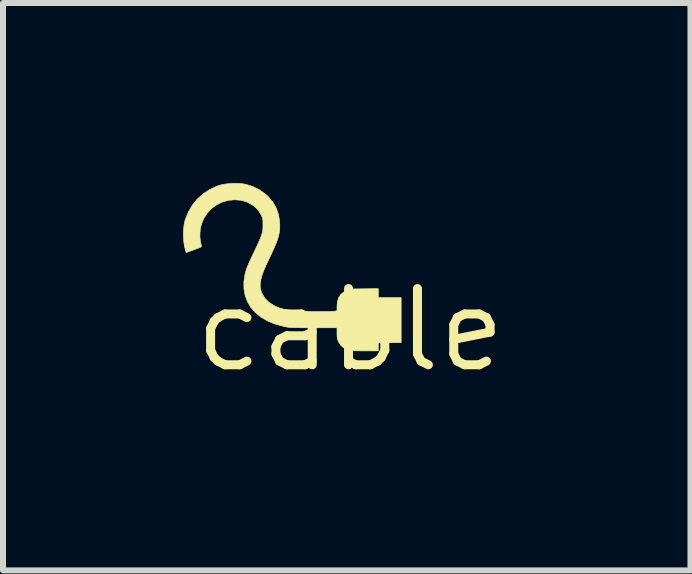
<source format=kicad_pcb>
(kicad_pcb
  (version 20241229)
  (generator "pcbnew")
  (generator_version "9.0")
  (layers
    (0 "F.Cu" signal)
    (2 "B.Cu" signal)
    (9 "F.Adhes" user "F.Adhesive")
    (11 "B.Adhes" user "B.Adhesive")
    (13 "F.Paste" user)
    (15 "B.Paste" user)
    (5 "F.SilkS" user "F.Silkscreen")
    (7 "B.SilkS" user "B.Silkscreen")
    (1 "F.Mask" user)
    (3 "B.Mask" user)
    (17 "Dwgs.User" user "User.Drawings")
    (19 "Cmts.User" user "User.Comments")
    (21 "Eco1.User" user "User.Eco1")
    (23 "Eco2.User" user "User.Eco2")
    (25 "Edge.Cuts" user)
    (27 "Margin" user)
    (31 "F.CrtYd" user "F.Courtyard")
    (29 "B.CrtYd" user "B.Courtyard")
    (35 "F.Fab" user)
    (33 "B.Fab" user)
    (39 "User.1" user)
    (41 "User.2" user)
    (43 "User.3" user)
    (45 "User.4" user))
  (footprint "cable"
    (layer "F.Cu")
    (at 2.788 2.449)
    (property "Reference" "cable" (at 0 0 0) (layer "F.SilkS") (effects (font (size 1.27 1.27) (thickness 0.15))))
    (attr through_hole)
    (fp_poly (pts (xy -1.853 -2.442) (xy -1.776 -2.434) (xy -1.75 -2.429) (xy -1.627 -2.392) (xy -1.514 -2.336) (xy -1.413 -2.263) (xy -1.365 -2.218) (xy -1.289 -2.128) (xy -1.234 -2.031) (xy -1.197 -1.926) (xy -1.179 -1.811) (xy -1.178 -1.798) (xy -1.176 -1.737) (xy -1.177 -1.68) (xy -1.184 -1.625) (xy -1.195 -1.568) (xy -1.214 -1.507) (xy -1.239 -1.439) (xy -1.273 -1.36) (xy -1.315 -1.268) (xy -1.35 -1.196) (xy -1.401 -1.086) (xy -1.442 -0.992) (xy -1.472 -0.911) (xy -1.491 -0.84) (xy -1.501 -0.778) (xy -1.502 -0.722) (xy -1.494 -0.671) (xy -1.477 -0.62) (xy -1.469 -0.603) (xy -1.423 -0.527) (xy -1.359 -0.463) (xy -1.278 -0.409) (xy -1.18 -0.366) (xy -1.066 -0.335) (xy -0.958 -0.318) (xy -0.923 -0.315) (xy -0.872 -0.313) (xy -0.809 -0.311) (xy -0.737 -0.309) (xy -0.659 -0.308) (xy -0.58 -0.307) (xy -0.502 -0.307) (xy -0.429 -0.307) (xy -0.364 -0.308) (xy -0.311 -0.31) (xy -0.273 -0.312) (xy -0.255 -0.314) (xy -0.222 -0.32) (xy -0.222 -0.396) (xy -0.214 -0.476) (xy -0.193 -0.542) (xy -0.155 -0.596) (xy -0.101 -0.64) (xy -0.082 -0.652) (xy -0.026 -0.683) (xy 0.22 -0.686) (xy 0.466 -0.689) (xy 0.466 -0.54) (xy 0.847 -0.54) (xy 0.847 0.212) (xy 0.466 0.212) (xy 0.466 0.349) (xy 0.23 0.348) (xy 0.144 0.348) (xy 0.076 0.346) (xy 0.025 0.344) (xy -0.013 0.34) (xy -0.039 0.335) (xy -0.048 0.332) (xy -0.11 0.299) (xy -0.163 0.25) (xy -0.195 0.199) (xy -0.209 0.167) (xy -0.218 0.136) (xy -0.221 0.098) (xy -0.222 0.053) (xy -0.222 -0.037) (xy -0.616 -0.037) (xy -0.719 -0.037) (xy -0.804 -0.037) (xy -0.872 -0.038) (xy -0.927 -0.039) (xy -0.972 -0.041) (xy -1.008 -0.043) (xy -1.039 -0.046) (xy -1.067 -0.051) (xy -1.095 -0.056) (xy -1.122 -0.062) (xy -1.261 -0.101) (xy -1.384 -0.153) (xy -1.492 -0.216) (xy -1.583 -0.291) (xy -1.658 -0.377) (xy -1.715 -0.472) (xy -1.753 -0.575) (xy -1.773 -0.686) (xy -1.774 -0.805) (xy -1.755 -0.929) (xy -1.734 -1.005) (xy -1.723 -1.035) (xy -1.704 -1.081) (xy -1.68 -1.137) (xy -1.651 -1.2) (xy -1.62 -1.267) (xy -1.608 -1.291) (xy -1.566 -1.38) (xy -1.533 -1.452) (xy -1.507 -1.511) (xy -1.487 -1.56) (xy -1.473 -1.601) (xy -1.464 -1.638) (xy -1.459 -1.673) (xy -1.456 -1.709) (xy -1.456 -1.75) (xy -1.456 -1.752) (xy -1.456 -1.803) (xy -1.458 -1.839) (xy -1.464 -1.867) (xy -1.474 -1.893) (xy -1.484 -1.913) (xy -1.522 -1.978) (xy -1.564 -2.029) (xy -1.616 -2.073) (xy -1.634 -2.085) (xy -1.722 -2.133) (xy -1.817 -2.161) (xy -1.922 -2.17) (xy -1.926 -2.17) (xy -2.035 -2.16) (xy -2.137 -2.131) (xy -2.231 -2.084) (xy -2.315 -2.022) (xy -2.386 -1.946) (xy -2.443 -1.857) (xy -2.483 -1.757) (xy -2.492 -1.725) (xy -2.504 -1.646) (xy -2.507 -1.563) (xy -2.5 -1.485) (xy -2.493 -1.45) (xy -2.485 -1.417) (xy -2.483 -1.393) (xy -2.485 -1.385) (xy -2.496 -1.379) (xy -2.523 -1.368) (xy -2.561 -1.354) (xy -2.603 -1.338) (xy -2.647 -1.322) (xy -2.686 -1.307) (xy -2.717 -1.297) (xy -2.733 -1.291) (xy -2.735 -1.291) (xy -2.739 -1.301) (xy -2.747 -1.327) (xy -2.756 -1.364) (xy -2.763 -1.392) (xy -2.777 -1.478) (xy -2.783 -1.573) (xy -2.78 -1.669) (xy -2.77 -1.76) (xy -2.752 -1.836) (xy -2.701 -1.964) (xy -2.633 -2.08) (xy -2.549 -2.183) (xy -2.45 -2.271) (xy -2.338 -2.344) (xy -2.214 -2.4) (xy -2.175 -2.413) (xy -2.107 -2.429) (xy -2.026 -2.439) (xy -1.939 -2.444) (xy -1.853 -2.442)) (stroke (width 0.01) (type solid)) (fill yes) (layer "F.SilkS")))
  (gr_rect
    (start -3 -3)
    (end 8.456 6.455)
    (stroke (width 0.1) (type default))
    (fill no)
    (layer "Edge.Cuts")))
</source>
